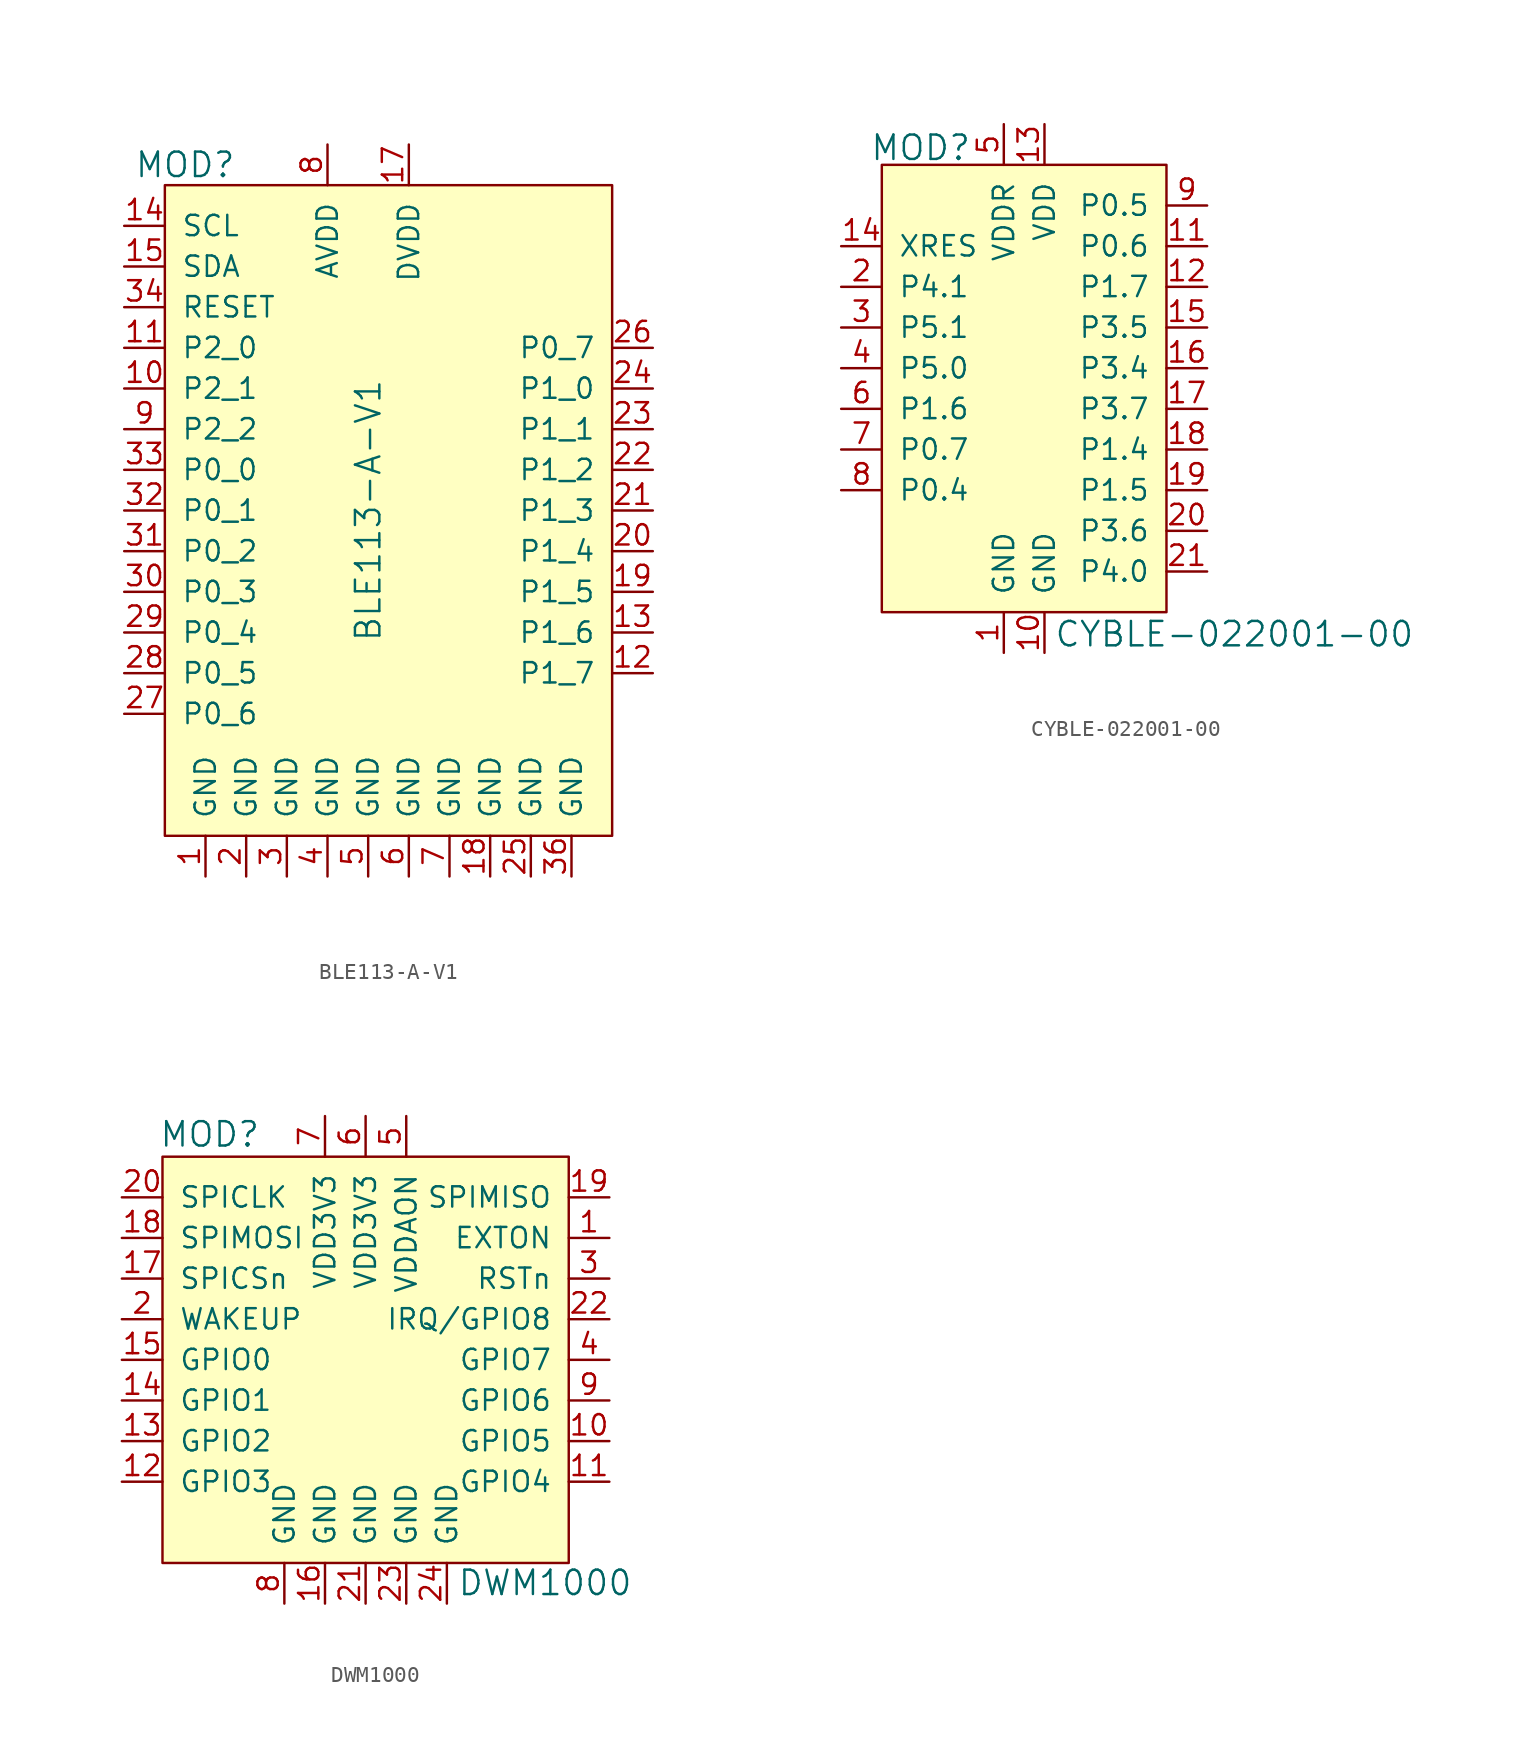
<source format=kicad_sym>
(kicad_symbol_lib
  (version 20231120)
  (generator "kicad_symbol_editor")
  (generator_version "8.0")
  (symbol "BLE113-A-V1"
    (pin_names
      (offset 1.016))
    (property "Reference" "MOD"
      (at -11.43 21.59 0)
      (effects (font (size 1.524 1.524))))
    (property "Value" "BLE113-A-V1"
      (at 0 0 90)
      (effects (font (size 1.524 1.524))))
    (symbol "BLE113-A-V1_0_1"
      (rectangle (start -12.7 20.32) (end 15.24 -20.32) (stroke (width 0) (type default)) (fill (type background))))
    (symbol "BLE113-A-V1_1_1"
      (pin power_in line (at -10.16 -22.86 90) (length 2.54) (name "GND" (effects (font (size 1.27 1.27)))) (number "1" (effects (font (size 1.27 1.27)))))
      (pin bidirectional line (at -15.24 7.62 0) (length 2.54) (name "P2_1" (effects (font (size 1.27 1.27)))) (number "10" (effects (font (size 1.27 1.27)))))
      (pin bidirectional line (at -15.24 10.16 0) (length 2.54) (name "P2_0" (effects (font (size 1.27 1.27)))) (number "11" (effects (font (size 1.27 1.27)))))
      (pin bidirectional line (at 17.78 -10.16 180) (length 2.54) (name "P1_7" (effects (font (size 1.27 1.27)))) (number "12" (effects (font (size 1.27 1.27)))))
      (pin bidirectional line (at 17.78 -7.62 180) (length 2.54) (name "P1_6" (effects (font (size 1.27 1.27)))) (number "13" (effects (font (size 1.27 1.27)))))
      (pin bidirectional line (at -15.24 17.78 0) (length 2.54) (name "SCL" (effects (font (size 1.27 1.27)))) (number "14" (effects (font (size 1.27 1.27)))))
      (pin bidirectional line (at -15.24 15.24 0) (length 2.54) (name "SDA" (effects (font (size 1.27 1.27)))) (number "15" (effects (font (size 1.27 1.27)))))
      (pin no_connect line (at 15.24 17.78 180) (length 2.54) hide (name "NC" (effects (font (size 1.27 1.27)))) (number "16" (effects (font (size 1.27 1.27)))))
      (pin power_in line (at 2.54 22.86 270) (length 2.54) (name "DVDD" (effects (font (size 1.27 1.27)))) (number "17" (effects (font (size 1.27 1.27)))))
      (pin power_in line (at 7.62 -22.86 90) (length 2.54) (name "GND" (effects (font (size 1.27 1.27)))) (number "18" (effects (font (size 1.27 1.27)))))
      (pin power_in line (at 17.78 -5.08 180) (length 2.54) (name "P1_5" (effects (font (size 1.27 1.27)))) (number "19" (effects (font (size 1.27 1.27)))))
      (pin power_in line (at -7.62 -22.86 90) (length 2.54) (name "GND" (effects (font (size 1.27 1.27)))) (number "2" (effects (font (size 1.27 1.27)))))
      (pin power_in line (at 17.78 -2.54 180) (length 2.54) (name "P1_4" (effects (font (size 1.27 1.27)))) (number "20" (effects (font (size 1.27 1.27)))))
      (pin power_in line (at 17.78 0 180) (length 2.54) (name "P1_3" (effects (font (size 1.27 1.27)))) (number "21" (effects (font (size 1.27 1.27)))))
      (pin power_in line (at 17.78 2.54 180) (length 2.54) (name "P1_2" (effects (font (size 1.27 1.27)))) (number "22" (effects (font (size 1.27 1.27)))))
      (pin power_in line (at 17.78 5.08 180) (length 2.54) (name "P1_1" (effects (font (size 1.27 1.27)))) (number "23" (effects (font (size 1.27 1.27)))))
      (pin power_in line (at 17.78 7.62 180) (length 2.54) (name "P1_0" (effects (font (size 1.27 1.27)))) (number "24" (effects (font (size 1.27 1.27)))))
      (pin power_in line (at 10.16 -22.86 90) (length 2.54) (name "GND" (effects (font (size 1.27 1.27)))) (number "25" (effects (font (size 1.27 1.27)))))
      (pin bidirectional line (at 17.78 10.16 180) (length 2.54) (name "P0_7" (effects (font (size 1.27 1.27)))) (number "26" (effects (font (size 1.27 1.27)))))
      (pin bidirectional line (at -15.24 -12.7 0) (length 2.54) (name "P0_6" (effects (font (size 1.27 1.27)))) (number "27" (effects (font (size 1.27 1.27)))))
      (pin bidirectional line (at -15.24 -10.16 0) (length 2.54) (name "P0_5" (effects (font (size 1.27 1.27)))) (number "28" (effects (font (size 1.27 1.27)))))
      (pin bidirectional line (at -15.24 -7.62 0) (length 2.54) (name "P0_4" (effects (font (size 1.27 1.27)))) (number "29" (effects (font (size 1.27 1.27)))))
      (pin power_in line (at -5.08 -22.86 90) (length 2.54) (name "GND" (effects (font (size 1.27 1.27)))) (number "3" (effects (font (size 1.27 1.27)))))
      (pin bidirectional line (at -15.24 -5.08 0) (length 2.54) (name "P0_3" (effects (font (size 1.27 1.27)))) (number "30" (effects (font (size 1.27 1.27)))))
      (pin bidirectional line (at -15.24 -2.54 0) (length 2.54) (name "P0_2" (effects (font (size 1.27 1.27)))) (number "31" (effects (font (size 1.27 1.27)))))
      (pin bidirectional line (at -15.24 0 0) (length 2.54) (name "P0_1" (effects (font (size 1.27 1.27)))) (number "32" (effects (font (size 1.27 1.27)))))
      (pin bidirectional line (at -15.24 2.54 0) (length 2.54) (name "P0_0" (effects (font (size 1.27 1.27)))) (number "33" (effects (font (size 1.27 1.27)))))
      (pin input line (at -15.24 12.7 0) (length 2.54) (name "RESET" (effects (font (size 1.27 1.27)))) (number "34" (effects (font (size 1.27 1.27)))))
      (pin no_connect line (at 15.24 15.24 180) (length 2.54) hide (name "NC" (effects (font (size 1.27 1.27)))) (number "35" (effects (font (size 1.27 1.27)))))
      (pin power_in line (at 12.7 -22.86 90) (length 2.54) (name "GND" (effects (font (size 1.27 1.27)))) (number "36" (effects (font (size 1.27 1.27)))))
      (pin power_in line (at -2.54 -22.86 90) (length 2.54) (name "GND" (effects (font (size 1.27 1.27)))) (number "4" (effects (font (size 1.27 1.27)))))
      (pin power_in line (at 0 -22.86 90) (length 2.54) (name "GND" (effects (font (size 1.27 1.27)))) (number "5" (effects (font (size 1.27 1.27)))))
      (pin power_in line (at 2.54 -22.86 90) (length 2.54) (name "GND" (effects (font (size 1.27 1.27)))) (number "6" (effects (font (size 1.27 1.27)))))
      (pin power_in line (at 5.08 -22.86 90) (length 2.54) (name "GND" (effects (font (size 1.27 1.27)))) (number "7" (effects (font (size 1.27 1.27)))))
      (pin power_in line (at -2.54 22.86 270) (length 2.54) (name "AVDD" (effects (font (size 1.27 1.27)))) (number "8" (effects (font (size 1.27 1.27)))))
      (pin bidirectional line (at -15.24 5.08 0) (length 2.54) (name "P2_2" (effects (font (size 1.27 1.27)))) (number "9" (effects (font (size 1.27 1.27)))))))
  (symbol "CYBLE-022001-00"
    (pin_names
      (offset 1.016))
    (property "Reference" "MOD"
      (at -4.547 8.687 0)
      (effects (font (size 1.524 1.524)) (justify right)))
    (property "Value" "CYBLE-022001-00"
      (at 0.584 -21.692 0)
      (effects (font (size 1.524 1.524)) (justify left)))
    (symbol "CYBLE-022001-00_0_1"
      (rectangle (start -10.16 7.62) (end 7.62 -20.32) (stroke (width 0) (type default)) (fill (type background))))
    (symbol "CYBLE-022001-00_1_1"
      (pin power_in line (at -2.54 -22.86 90) (length 2.54) (name "GND" (effects (font (size 1.27 1.27)))) (number "1" (effects (font (size 1.27 1.27)))))
      (pin power_in line (at 0 -22.86 90) (length 2.54) (name "GND" (effects (font (size 1.27 1.27)))) (number "10" (effects (font (size 1.27 1.27)))))
      (pin bidirectional line (at 10.16 2.54 180) (length 2.54) (name "P0.6" (effects (font (size 1.27 1.27)))) (number "11" (effects (font (size 1.27 1.27)))))
      (pin bidirectional line (at 10.16 0 180) (length 2.54) (name "P1.7" (effects (font (size 1.27 1.27)))) (number "12" (effects (font (size 1.27 1.27)))))
      (pin power_in line (at 0 10.16 270) (length 2.54) (name "VDD" (effects (font (size 1.27 1.27)))) (number "13" (effects (font (size 1.27 1.27)))))
      (pin input line (at -12.7 2.54 0) (length 2.54) (name "XRES" (effects (font (size 1.27 1.27)))) (number "14" (effects (font (size 1.27 1.27)))))
      (pin bidirectional line (at 10.16 -2.54 180) (length 2.54) (name "P3.5" (effects (font (size 1.27 1.27)))) (number "15" (effects (font (size 1.27 1.27)))))
      (pin bidirectional line (at 10.16 -5.08 180) (length 2.54) (name "P3.4" (effects (font (size 1.27 1.27)))) (number "16" (effects (font (size 1.27 1.27)))))
      (pin bidirectional line (at 10.16 -7.62 180) (length 2.54) (name "P3.7" (effects (font (size 1.27 1.27)))) (number "17" (effects (font (size 1.27 1.27)))))
      (pin bidirectional line (at 10.16 -10.16 180) (length 2.54) (name "P1.4" (effects (font (size 1.27 1.27)))) (number "18" (effects (font (size 1.27 1.27)))))
      (pin bidirectional line (at 10.16 -12.7 180) (length 2.54) (name "P1.5" (effects (font (size 1.27 1.27)))) (number "19" (effects (font (size 1.27 1.27)))))
      (pin bidirectional line (at -12.7 0 0) (length 2.54) (name "P4.1" (effects (font (size 1.27 1.27)))) (number "2" (effects (font (size 1.27 1.27)))))
      (pin bidirectional line (at 10.16 -15.24 180) (length 2.54) (name "P3.6" (effects (font (size 1.27 1.27)))) (number "20" (effects (font (size 1.27 1.27)))))
      (pin bidirectional line (at 10.16 -17.78 180) (length 2.54) (name "P4.0" (effects (font (size 1.27 1.27)))) (number "21" (effects (font (size 1.27 1.27)))))
      (pin bidirectional line (at -12.7 -2.54 0) (length 2.54) (name "P5.1" (effects (font (size 1.27 1.27)))) (number "3" (effects (font (size 1.27 1.27)))))
      (pin bidirectional line (at -12.7 -5.08 0) (length 2.54) (name "P5.0" (effects (font (size 1.27 1.27)))) (number "4" (effects (font (size 1.27 1.27)))))
      (pin power_in line (at -2.54 10.16 270) (length 2.54) (name "VDDR" (effects (font (size 1.27 1.27)))) (number "5" (effects (font (size 1.27 1.27)))))
      (pin bidirectional line (at -12.7 -7.62 0) (length 2.54) (name "P1.6" (effects (font (size 1.27 1.27)))) (number "6" (effects (font (size 1.27 1.27)))))
      (pin bidirectional line (at -12.7 -10.16 0) (length 2.54) (name "P0.7" (effects (font (size 1.27 1.27)))) (number "7" (effects (font (size 1.27 1.27)))))
      (pin bidirectional line (at -12.7 -12.7 0) (length 2.54) (name "P0.4" (effects (font (size 1.27 1.27)))) (number "8" (effects (font (size 1.27 1.27)))))
      (pin bidirectional line (at 10.16 5.08 180) (length 2.54) (name "P0.5" (effects (font (size 1.27 1.27)))) (number "9" (effects (font (size 1.27 1.27)))))))
  (symbol "DWM1000"
    (pin_names
      (offset 1.016))
    (property "Reference" "MOD"
      (at -12.929 21.717 0)
      (effects (font (size 1.524 1.524)) (justify left)))
    (property "Value" "DWM1000"
      (at 5.715 -6.325 0)
      (effects (font (size 1.524 1.524)) (justify left)))
    (symbol "DWM1000_0_1"
      (rectangle (start 12.7 20.32) (end -12.7 -5.08) (stroke (width 0) (type default)) (fill (type background))))
    (symbol "DWM1000_1_1"
      (pin output line (at 15.24 15.24 180) (length 2.54) (name "EXTON" (effects (font (size 1.27 1.27)))) (number "1" (effects (font (size 1.27 1.27)))))
      (pin bidirectional line (at 15.24 2.54 180) (length 2.54) (name "GPIO5" (effects (font (size 1.27 1.27)))) (number "10" (effects (font (size 1.27 1.27)))))
      (pin bidirectional line (at 15.24 0 180) (length 2.54) (name "GPIO4" (effects (font (size 1.27 1.27)))) (number "11" (effects (font (size 1.27 1.27)))))
      (pin bidirectional line (at -15.24 0 0) (length 2.54) (name "GPIO3" (effects (font (size 1.27 1.27)))) (number "12" (effects (font (size 1.27 1.27)))))
      (pin bidirectional line (at -15.24 2.54 0) (length 2.54) (name "GPIO2" (effects (font (size 1.27 1.27)))) (number "13" (effects (font (size 1.27 1.27)))))
      (pin bidirectional line (at -15.24 5.08 0) (length 2.54) (name "GPIO1" (effects (font (size 1.27 1.27)))) (number "14" (effects (font (size 1.27 1.27)))))
      (pin bidirectional line (at -15.24 7.62 0) (length 2.54) (name "GPIO0" (effects (font (size 1.27 1.27)))) (number "15" (effects (font (size 1.27 1.27)))))
      (pin power_in line (at -2.54 -7.62 90) (length 2.54) (name "GND" (effects (font (size 1.27 1.27)))) (number "16" (effects (font (size 1.27 1.27)))))
      (pin input line (at -15.24 12.7 0) (length 2.54) (name "SPICSn" (effects (font (size 1.27 1.27)))) (number "17" (effects (font (size 1.27 1.27)))))
      (pin input line (at -15.24 15.24 0) (length 2.54) (name "SPIMOSI" (effects (font (size 1.27 1.27)))) (number "18" (effects (font (size 1.27 1.27)))))
      (pin output line (at 15.24 17.78 180) (length 2.54) (name "SPIMISO" (effects (font (size 1.27 1.27)))) (number "19" (effects (font (size 1.27 1.27)))))
      (pin input line (at -15.24 10.16 0) (length 2.54) (name "WAKEUP" (effects (font (size 1.27 1.27)))) (number "2" (effects (font (size 1.27 1.27)))))
      (pin input line (at -15.24 17.78 0) (length 2.54) (name "SPICLK" (effects (font (size 1.27 1.27)))) (number "20" (effects (font (size 1.27 1.27)))))
      (pin power_in line (at 0 -7.62 90) (length 2.54) (name "GND" (effects (font (size 1.27 1.27)))) (number "21" (effects (font (size 1.27 1.27)))))
      (pin bidirectional line (at 15.24 10.16 180) (length 2.54) (name "IRQ/GPIO8" (effects (font (size 1.27 1.27)))) (number "22" (effects (font (size 1.27 1.27)))))
      (pin power_in line (at 2.54 -7.62 90) (length 2.54) (name "GND" (effects (font (size 1.27 1.27)))) (number "23" (effects (font (size 1.27 1.27)))))
      (pin power_in line (at 5.08 -7.62 90) (length 2.54) (name "GND" (effects (font (size 1.27 1.27)))) (number "24" (effects (font (size 1.27 1.27)))))
      (pin output line (at 15.24 12.7 180) (length 2.54) (name "RSTn" (effects (font (size 1.27 1.27)))) (number "3" (effects (font (size 1.27 1.27)))))
      (pin bidirectional line (at 15.24 7.62 180) (length 2.54) (name "GPIO7" (effects (font (size 1.27 1.27)))) (number "4" (effects (font (size 1.27 1.27)))))
      (pin power_in line (at 2.54 22.86 270) (length 2.54) (name "VDDAON" (effects (font (size 1.27 1.27)))) (number "5" (effects (font (size 1.27 1.27)))))
      (pin power_in line (at 0 22.86 270) (length 2.54) (name "VDD3V3" (effects (font (size 1.27 1.27)))) (number "6" (effects (font (size 1.27 1.27)))))
      (pin power_in line (at -2.54 22.86 270) (length 2.54) (name "VDD3V3" (effects (font (size 1.27 1.27)))) (number "7" (effects (font (size 1.27 1.27)))))
      (pin power_in line (at -5.08 -7.62 90) (length 2.54) (name "GND" (effects (font (size 1.27 1.27)))) (number "8" (effects (font (size 1.27 1.27)))))
      (pin bidirectional line (at 15.24 5.08 180) (length 2.54) (name "GPIO6" (effects (font (size 1.27 1.27)))) (number "9" (effects (font (size 1.27 1.27))))))))
</source>
